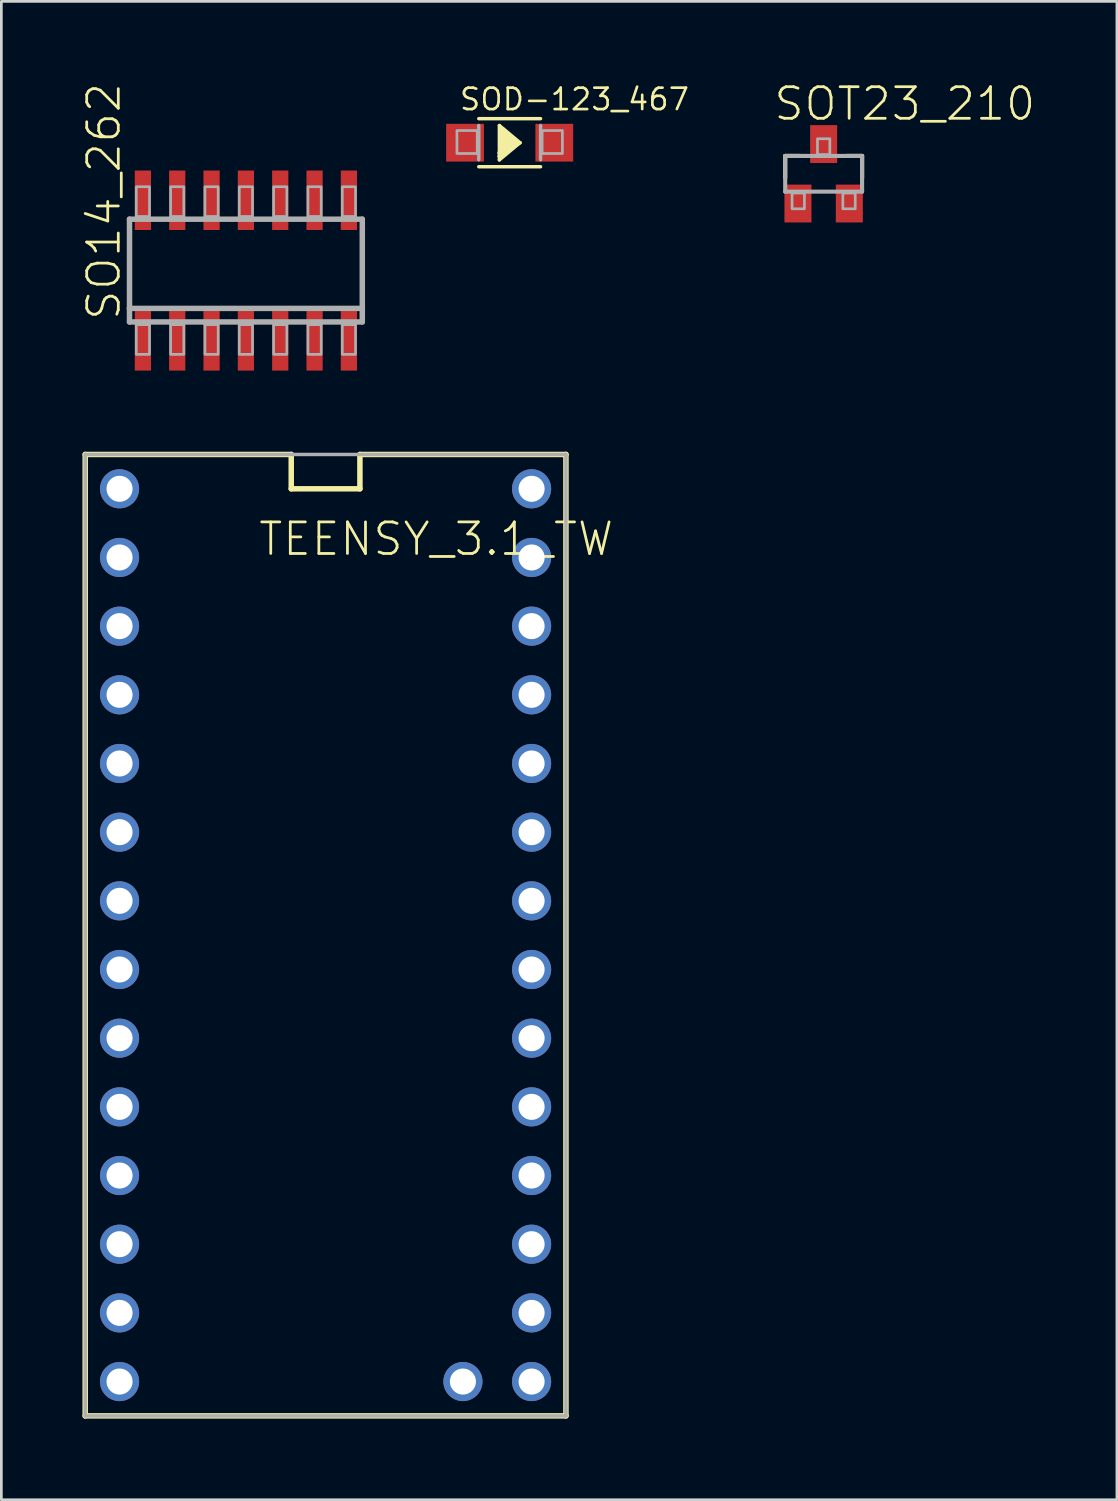
<source format=kicad_pcb>
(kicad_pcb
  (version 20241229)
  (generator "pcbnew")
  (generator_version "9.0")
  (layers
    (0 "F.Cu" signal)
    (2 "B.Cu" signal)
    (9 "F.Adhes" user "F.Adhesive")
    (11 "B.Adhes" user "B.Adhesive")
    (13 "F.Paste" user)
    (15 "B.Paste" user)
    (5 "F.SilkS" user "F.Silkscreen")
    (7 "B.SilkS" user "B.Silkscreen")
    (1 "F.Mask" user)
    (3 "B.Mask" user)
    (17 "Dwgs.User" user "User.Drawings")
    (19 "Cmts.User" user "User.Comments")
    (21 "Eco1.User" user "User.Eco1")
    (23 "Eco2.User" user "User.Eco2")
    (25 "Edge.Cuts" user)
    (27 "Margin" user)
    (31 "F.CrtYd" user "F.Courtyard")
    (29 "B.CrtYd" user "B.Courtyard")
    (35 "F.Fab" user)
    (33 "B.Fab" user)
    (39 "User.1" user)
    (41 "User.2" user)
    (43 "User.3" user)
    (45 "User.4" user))
  (footprint "SOT23_210"
    (layer "F.Cu")
    (at 27.414 3.378)
    (property "Reference" "SOT23_210" (at -1.905 -1.905 0) (unlocked yes) (layer "F.SilkS") (effects (font (size 1.168 1.168) (thickness 0.102)) (justify left bottom)))
    (fp_line (start -1.422 -0.66) (end -0.864 -0.66) (stroke (width 0.152) (type solid)) (layer "F.SilkS"))
    (fp_line (start -1.422 0.152) (end -1.422 -0.66) (stroke (width 0.152) (type solid)) (layer "F.SilkS"))
    (fp_line (start 0.864 -0.66) (end 1.422 -0.66) (stroke (width 0.152) (type solid)) (layer "F.SilkS"))
    (fp_line (start 1.422 -0.66) (end 1.422 0.152) (stroke (width 0.152) (type solid)) (layer "F.SilkS"))
    (fp_line (start -1.422 -0.66) (end 1.422 -0.66) (stroke (width 0.152) (type solid)) (layer "F.Fab"))
    (fp_line (start -1.422 0.66) (end -1.422 -0.66) (stroke (width 0.152) (type solid)) (layer "F.Fab"))
    (fp_line (start 1.422 -0.66) (end 1.422 0.66) (stroke (width 0.152) (type solid)) (layer "F.Fab"))
    (fp_line (start 1.422 0.66) (end -1.422 0.66) (stroke (width 0.152) (type solid)) (layer "F.Fab"))
    (fp_poly (pts (xy -1.168 1.295) (xy -0.711 1.295) (xy -0.711 0.711) (xy -1.168 0.711)) (stroke (width 0.1) (type default)) (fill no) (layer "F.Fab"))
    (fp_poly (pts (xy -0.229 -0.711) (xy 0.229 -0.711) (xy 0.229 -1.295) (xy -0.229 -1.295)) (stroke (width 0.1) (type default)) (fill no) (layer "F.Fab"))
    (fp_poly (pts (xy 0.711 1.295) (xy 1.168 1.295) (xy 1.168 0.711) (xy 0.711 0.711)) (stroke (width 0.1) (type default)) (fill no) (layer "F.Fab"))
    (pad "1" smd rect (at -0.95 1.1) (size 1 1.4) (layers "F.Cu" "F.Mask" "F.Paste"))
    (pad "2" smd rect (at 0.95 1.1) (size 1 1.4) (layers "F.Cu" "F.Mask" "F.Paste"))
    (pad "3" smd rect (at 0 -1.1) (size 1 1.4) (layers "F.Cu" "F.Mask" "F.Paste")))
  (footprint "SOD-123_467"
    (layer "F.Cu")
    (at 15.801 2.228)
    (property "Reference" "SOD-123_467" (at -1.905 -1.143 0) (unlocked yes) (layer "F.SilkS") (effects (font (size 0.791 0.791) (thickness 0.098)) (justify left bottom)))
    (fp_line (start -1.143 -0.889) (end 1.143 -0.889) (stroke (width 0.127) (type solid)) (layer "F.SilkS"))
    (fp_line (start -0.381 -0.635) (end 0.381 0) (stroke (width 0.127) (type solid)) (layer "F.SilkS"))
    (fp_line (start -0.381 0.381) (end -0.381 -0.635) (stroke (width 0.127) (type solid)) (layer "F.SilkS"))
    (fp_line (start -0.381 0.381) (end -0.254 -0.381) (stroke (width 0.127) (type solid)) (layer "F.SilkS"))
    (fp_line (start -0.381 0.508) (end -0.381 0.381) (stroke (width 0.127) (type solid)) (layer "F.SilkS"))
    (fp_line (start -0.381 0.508) (end -0.254 -0.508) (stroke (width 0.127) (type solid)) (layer "F.SilkS"))
    (fp_line (start -0.381 0.635) (end -0.381 0.508) (stroke (width 0.127) (type solid)) (layer "F.SilkS"))
    (fp_line (start -0.254 -0.508) (end 0.254 0) (stroke (width 0.127) (type solid)) (layer "F.SilkS"))
    (fp_line (start -0.254 -0.381) (end 0.127 0) (stroke (width 0.127) (type solid)) (layer "F.SilkS"))
    (fp_line (start -0.254 -0.254) (end -0.127 -0.127) (stroke (width 0.127) (type solid)) (layer "F.SilkS"))
    (fp_line (start -0.254 0.127) (end -0.254 -0.254) (stroke (width 0.127) (type solid)) (layer "F.SilkS"))
    (fp_line (start -0.254 0.127) (end -0.127 -0.127) (stroke (width 0.127) (type solid)) (layer "F.SilkS"))
    (fp_line (start -0.254 0.254) (end -0.254 0.127) (stroke (width 0.127) (type solid)) (layer "F.SilkS"))
    (fp_line (start -0.127 -0.127) (end -0.127 0) (stroke (width 0.127) (type solid)) (layer "F.SilkS"))
    (fp_line (start -0.127 -0.127) (end 0 0) (stroke (width 0.127) (type solid)) (layer "F.SilkS"))
    (fp_line (start 0 0) (end -0.254 0.127) (stroke (width 0.127) (type solid)) (layer "F.SilkS"))
    (fp_line (start 0.127 0) (end -0.254 0.254) (stroke (width 0.127) (type solid)) (layer "F.SilkS"))
    (fp_line (start 0.254 0) (end -0.381 0.381) (stroke (width 0.127) (type solid)) (layer "F.SilkS"))
    (fp_line (start 0.381 0) (end -0.381 0.508) (stroke (width 0.127) (type solid)) (layer "F.SilkS"))
    (fp_line (start 0.381 0) (end -0.381 0.635) (stroke (width 0.127) (type solid)) (layer "F.SilkS"))
    (fp_line (start 1.143 0.889) (end -1.143 0.889) (stroke (width 0.127) (type solid)) (layer "F.SilkS"))
    (fp_line (start -1.143 0.635) (end -1.143 -0.635) (stroke (width 0.127) (type solid)) (layer "F.Fab"))
    (fp_line (start 1.143 -0.635) (end 1.143 0.635) (stroke (width 0.127) (type solid)) (layer "F.Fab"))
    (fp_poly (pts (xy -1.2 -0.45) (xy -1.95 -0.45) (xy -1.95 0.4) (xy -1.2 0.4)) (stroke (width 0.1) (type default)) (fill no) (layer "F.Fab"))
    (fp_poly (pts (xy 1.95 -0.45) (xy 1.2 -0.45) (xy 1.2 0.4) (xy 1.95 0.4)) (stroke (width 0.1) (type default)) (fill no) (layer "F.Fab"))
    (fp_text user "${REFERENCE}" (at -0.889 0.635 0) (unlocked yes) (layer "F.Mask") (effects (font (size 0.343 0.343) (thickness 0.038)) (justify left bottom)))
    (pad "+" smd rect (at -1.651 0 180) (size 1.397 1.397) (layers "F.Cu" "F.Mask" "F.Paste"))
    (pad "-" smd rect (at 1.651 0 180) (size 1.397 1.397) (layers "F.Cu" "F.Mask" "F.Paste")))
  (footprint "SO14_262"
    (layer "F.Cu")
    (at 6.045 6.957)
    (property "Reference" "SO14_262" (at -4.572 1.905 90) (unlocked yes) (layer "F.SilkS") (effects (font (size 1.168 1.168) (thickness 0.102)) (justify left bottom)))
    (fp_line (start -4.305 -1.9) (end 4.305 -1.9) (stroke (width 0.203) (type solid)) (layer "F.Fab"))
    (fp_line (start -4.305 1.4) (end -4.305 -1.9) (stroke (width 0.203) (type solid)) (layer "F.Fab"))
    (fp_line (start -4.305 1.9) (end -4.305 1.4) (stroke (width 0.203) (type solid)) (layer "F.Fab"))
    (fp_line (start 4.305 -1.9) (end 4.305 1.4) (stroke (width 0.203) (type solid)) (layer "F.Fab"))
    (fp_line (start 4.305 1.4) (end -4.305 1.4) (stroke (width 0.203) (type solid)) (layer "F.Fab"))
    (fp_line (start 4.305 1.4) (end 4.305 1.9) (stroke (width 0.203) (type solid)) (layer "F.Fab"))
    (fp_line (start 4.305 1.9) (end -4.305 1.9) (stroke (width 0.203) (type solid)) (layer "F.Fab"))
    (fp_poly (pts (xy -4.055 -2) (xy -3.565 -2) (xy -3.565 -3.1) (xy -4.055 -3.1)) (stroke (width 0.1) (type default)) (fill no) (layer "F.Fab"))
    (fp_poly (pts (xy -4.055 3.1) (xy -3.565 3.1) (xy -3.565 2) (xy -4.055 2)) (stroke (width 0.1) (type default)) (fill no) (layer "F.Fab"))
    (fp_poly (pts (xy -2.785 -2) (xy -2.295 -2) (xy -2.295 -3.1) (xy -2.785 -3.1)) (stroke (width 0.1) (type default)) (fill no) (layer "F.Fab"))
    (fp_poly (pts (xy -2.785 3.1) (xy -2.295 3.1) (xy -2.295 2) (xy -2.785 2)) (stroke (width 0.1) (type default)) (fill no) (layer "F.Fab"))
    (fp_poly (pts (xy -1.515 -2) (xy -1.025 -2) (xy -1.025 -3.1) (xy -1.515 -3.1)) (stroke (width 0.1) (type default)) (fill no) (layer "F.Fab"))
    (fp_poly (pts (xy -1.515 3.1) (xy -1.025 3.1) (xy -1.025 2) (xy -1.515 2)) (stroke (width 0.1) (type default)) (fill no) (layer "F.Fab"))
    (fp_poly (pts (xy -0.245 -2) (xy 0.245 -2) (xy 0.245 -3.1) (xy -0.245 -3.1)) (stroke (width 0.1) (type default)) (fill no) (layer "F.Fab"))
    (fp_poly (pts (xy -0.245 3.1) (xy 0.245 3.1) (xy 0.245 2) (xy -0.245 2)) (stroke (width 0.1) (type default)) (fill no) (layer "F.Fab"))
    (fp_poly (pts (xy 1.025 -2) (xy 1.515 -2) (xy 1.515 -3.1) (xy 1.025 -3.1)) (stroke (width 0.1) (type default)) (fill no) (layer "F.Fab"))
    (fp_poly (pts (xy 1.025 3.1) (xy 1.515 3.1) (xy 1.515 2) (xy 1.025 2)) (stroke (width 0.1) (type default)) (fill no) (layer "F.Fab"))
    (fp_poly (pts (xy 2.295 -2) (xy 2.785 -2) (xy 2.785 -3.1) (xy 2.295 -3.1)) (stroke (width 0.1) (type default)) (fill no) (layer "F.Fab"))
    (fp_poly (pts (xy 2.295 3.1) (xy 2.785 3.1) (xy 2.785 2) (xy 2.295 2)) (stroke (width 0.1) (type default)) (fill no) (layer "F.Fab"))
    (fp_poly (pts (xy 3.565 -2) (xy 4.055 -2) (xy 4.055 -3.1) (xy 3.565 -3.1)) (stroke (width 0.1) (type default)) (fill no) (layer "F.Fab"))
    (fp_poly (pts (xy 3.565 3.1) (xy 4.055 3.1) (xy 4.055 2) (xy 3.565 2)) (stroke (width 0.1) (type default)) (fill no) (layer "F.Fab"))
    (pad "1" smd rect (at -3.81 2.6) (size 0.6 2.2) (layers "F.Cu" "F.Mask" "F.Paste"))
    (pad "2" smd rect (at -2.54 2.6) (size 0.6 2.2) (layers "F.Cu" "F.Mask" "F.Paste"))
    (pad "3" smd rect (at -1.27 2.6) (size 0.6 2.2) (layers "F.Cu" "F.Mask" "F.Paste"))
    (pad "4" smd rect (at 0 2.6) (size 0.6 2.2) (layers "F.Cu" "F.Mask" "F.Paste"))
    (pad "5" smd rect (at 1.27 2.6) (size 0.6 2.2) (layers "F.Cu" "F.Mask" "F.Paste"))
    (pad "6" smd rect (at 2.54 2.6) (size 0.6 2.2) (layers "F.Cu" "F.Mask" "F.Paste"))
    (pad "7" smd rect (at 3.81 2.6) (size 0.6 2.2) (layers "F.Cu" "F.Mask" "F.Paste"))
    (pad "8" smd rect (at 3.81 -2.6) (size 0.6 2.2) (layers "F.Cu" "F.Mask" "F.Paste"))
    (pad "9" smd rect (at 2.54 -2.6) (size 0.6 2.2) (layers "F.Cu" "F.Mask" "F.Paste"))
    (pad "10" smd rect (at 1.27 -2.6) (size 0.6 2.2) (layers "F.Cu" "F.Mask" "F.Paste"))
    (pad "11" smd rect (at 0 -2.6) (size 0.6 2.2) (layers "F.Cu" "F.Mask" "F.Paste"))
    (pad "12" smd rect (at -1.27 -2.6) (size 0.6 2.2) (layers "F.Cu" "F.Mask" "F.Paste"))
    (pad "13" smd rect (at -2.54 -2.6) (size 0.6 2.2) (layers "F.Cu" "F.Mask" "F.Paste"))
    (pad "14" smd rect (at -3.81 -2.6) (size 0.6 2.2) (layers "F.Cu" "F.Mask" "F.Paste")))
  (footprint "TEENSY_3.1_TW"
    (layer "F.Cu")
    (at 8.992 31.539)
    (property "Reference" "TEENSY_3.1_TW" (at -2.54 -13.97 0) (unlocked yes) (layer "F.SilkS") (effects (font (size 1.168 1.168) (thickness 0.102)) (justify left bottom)))
    (fp_line (start -8.89 -17.78) (end -1.27 -17.78) (stroke (width 0.203) (type solid)) (layer "F.SilkS"))
    (fp_line (start -8.89 17.78) (end -8.89 -17.78) (stroke (width 0.203) (type solid)) (layer "F.SilkS"))
    (fp_line (start -1.27 -17.78) (end -1.27 -16.51) (stroke (width 0.203) (type solid)) (layer "F.SilkS"))
    (fp_line (start -1.27 -16.51) (end 1.27 -16.51) (stroke (width 0.203) (type solid)) (layer "F.SilkS"))
    (fp_line (start 1.27 -17.78) (end 8.89 -17.78) (stroke (width 0.203) (type solid)) (layer "F.SilkS"))
    (fp_line (start 1.27 -16.51) (end 1.27 -17.78) (stroke (width 0.203) (type solid)) (layer "F.SilkS"))
    (fp_line (start 8.89 -17.78) (end 8.89 17.78) (stroke (width 0.203) (type solid)) (layer "F.SilkS"))
    (fp_line (start 8.89 17.78) (end -8.89 17.78) (stroke (width 0.203) (type solid)) (layer "F.SilkS"))
    (fp_line (start -8.89 -17.78) (end 8.89 -17.78) (stroke (width 0.127) (type solid)) (layer "F.Fab"))
    (fp_line (start -8.89 17.78) (end -8.89 -17.78) (stroke (width 0.127) (type solid)) (layer "F.Fab"))
    (fp_line (start 8.89 -17.78) (end 8.89 17.78) (stroke (width 0.127) (type solid)) (layer "F.Fab"))
    (fp_line (start 8.89 17.78) (end -8.89 17.78) (stroke (width 0.127) (type solid)) (layer "F.Fab"))
    (pad "0" thru_hole circle (at -7.62 -13.97) (size 1.448 1.448) (drill 0.965) (layers "*.Cu" "*.Mask"))
    (pad "1" thru_hole circle (at -7.62 -11.43) (size 1.448 1.448) (drill 0.965) (layers "*.Cu" "*.Mask"))
    (pad "2" thru_hole circle (at -7.62 -8.89) (size 1.448 1.448) (drill 0.965) (layers "*.Cu" "*.Mask"))
    (pad "3" thru_hole circle (at -7.62 -6.35) (size 1.448 1.448) (drill 0.965) (layers "*.Cu" "*.Mask"))
    (pad "3.3V" thru_hole circle (at 7.62 -11.43) (size 1.448 1.448) (drill 0.965) (layers "*.Cu" "*.Mask"))
    (pad "4" thru_hole circle (at -7.62 -3.81) (size 1.448 1.448) (drill 0.965) (layers "*.Cu" "*.Mask"))
    (pad "5" thru_hole circle (at -7.62 -1.27) (size 1.448 1.448) (drill 0.965) (layers "*.Cu" "*.Mask"))
    (pad "6" thru_hole circle (at -7.62 1.27) (size 1.448 1.448) (drill 0.965) (layers "*.Cu" "*.Mask"))
    (pad "7" thru_hole circle (at -7.62 3.81) (size 1.448 1.448) (drill 0.965) (layers "*.Cu" "*.Mask"))
    (pad "8" thru_hole circle (at -7.62 6.35) (size 1.448 1.448) (drill 0.965) (layers "*.Cu" "*.Mask"))
    (pad "9" thru_hole circle (at -7.62 8.89) (size 1.448 1.448) (drill 0.965) (layers "*.Cu" "*.Mask"))
    (pad "10" thru_hole circle (at -7.62 11.43) (size 1.448 1.448) (drill 0.965) (layers "*.Cu" "*.Mask"))
    (pad "11" thru_hole circle (at -7.62 13.97) (size 1.448 1.448) (drill 0.965) (layers "*.Cu" "*.Mask"))
    (pad "12" thru_hole circle (at -7.62 16.51) (size 1.448 1.448) (drill 0.965) (layers "*.Cu" "*.Mask"))
    (pad "13" thru_hole circle (at 7.62 16.51) (size 1.448 1.448) (drill 0.965) (layers "*.Cu" "*.Mask"))
    (pad "14/A0" thru_hole circle (at 7.62 13.97) (size 1.448 1.448) (drill 0.965) (layers "*.Cu" "*.Mask"))
    (pad "15/A1" thru_hole circle (at 7.62 11.43) (size 1.448 1.448) (drill 0.965) (layers "*.Cu" "*.Mask"))
    (pad "16/A2" thru_hole circle (at 7.62 8.89) (size 1.448 1.448) (drill 0.965) (layers "*.Cu" "*.Mask"))
    (pad "17/A3" thru_hole circle (at 7.62 6.35) (size 1.448 1.448) (drill 0.965) (layers "*.Cu" "*.Mask"))
    (pad "18/A4" thru_hole circle (at 7.62 3.81) (size 1.448 1.448) (drill 0.965) (layers "*.Cu" "*.Mask"))
    (pad "19/A5" thru_hole circle (at 7.62 1.27) (size 1.448 1.448) (drill 0.965) (layers "*.Cu" "*.Mask"))
    (pad "20/A6" thru_hole circle (at 7.62 -1.27) (size 1.448 1.448) (drill 0.965) (layers "*.Cu" "*.Mask"))
    (pad "21/A7" thru_hole circle (at 7.62 -3.81) (size 1.448 1.448) (drill 0.965) (layers "*.Cu" "*.Mask"))
    (pad "22/A8" thru_hole circle (at 7.62 -6.35) (size 1.448 1.448) (drill 0.965) (layers "*.Cu" "*.Mask"))
    (pad "23/A9" thru_hole circle (at 7.62 -8.89) (size 1.448 1.448) (drill 0.965) (layers "*.Cu" "*.Mask"))
    (pad "AGND" thru_hole circle (at 7.62 -13.97) (size 1.448 1.448) (drill 0.965) (layers "*.Cu" "*.Mask"))
    (pad "DAC" thru_hole circle (at 5.08 16.51) (size 1.448 1.448) (drill 0.965) (layers "*.Cu" "*.Mask"))
    (pad "GND" thru_hole circle (at -7.62 -16.51) (size 1.448 1.448) (drill 0.965) (layers "*.Cu" "*.Mask"))
    (pad "VIN" thru_hole circle (at 7.62 -16.51) (size 1.448 1.448) (drill 0.965) (layers "*.Cu" "*.Mask")))
  (gr_rect
    (start -3 -3)
    (end 38.261 52.42)
    (stroke (width 0.1) (type default))
    (fill no)
    (layer "Edge.Cuts")))
</source>
